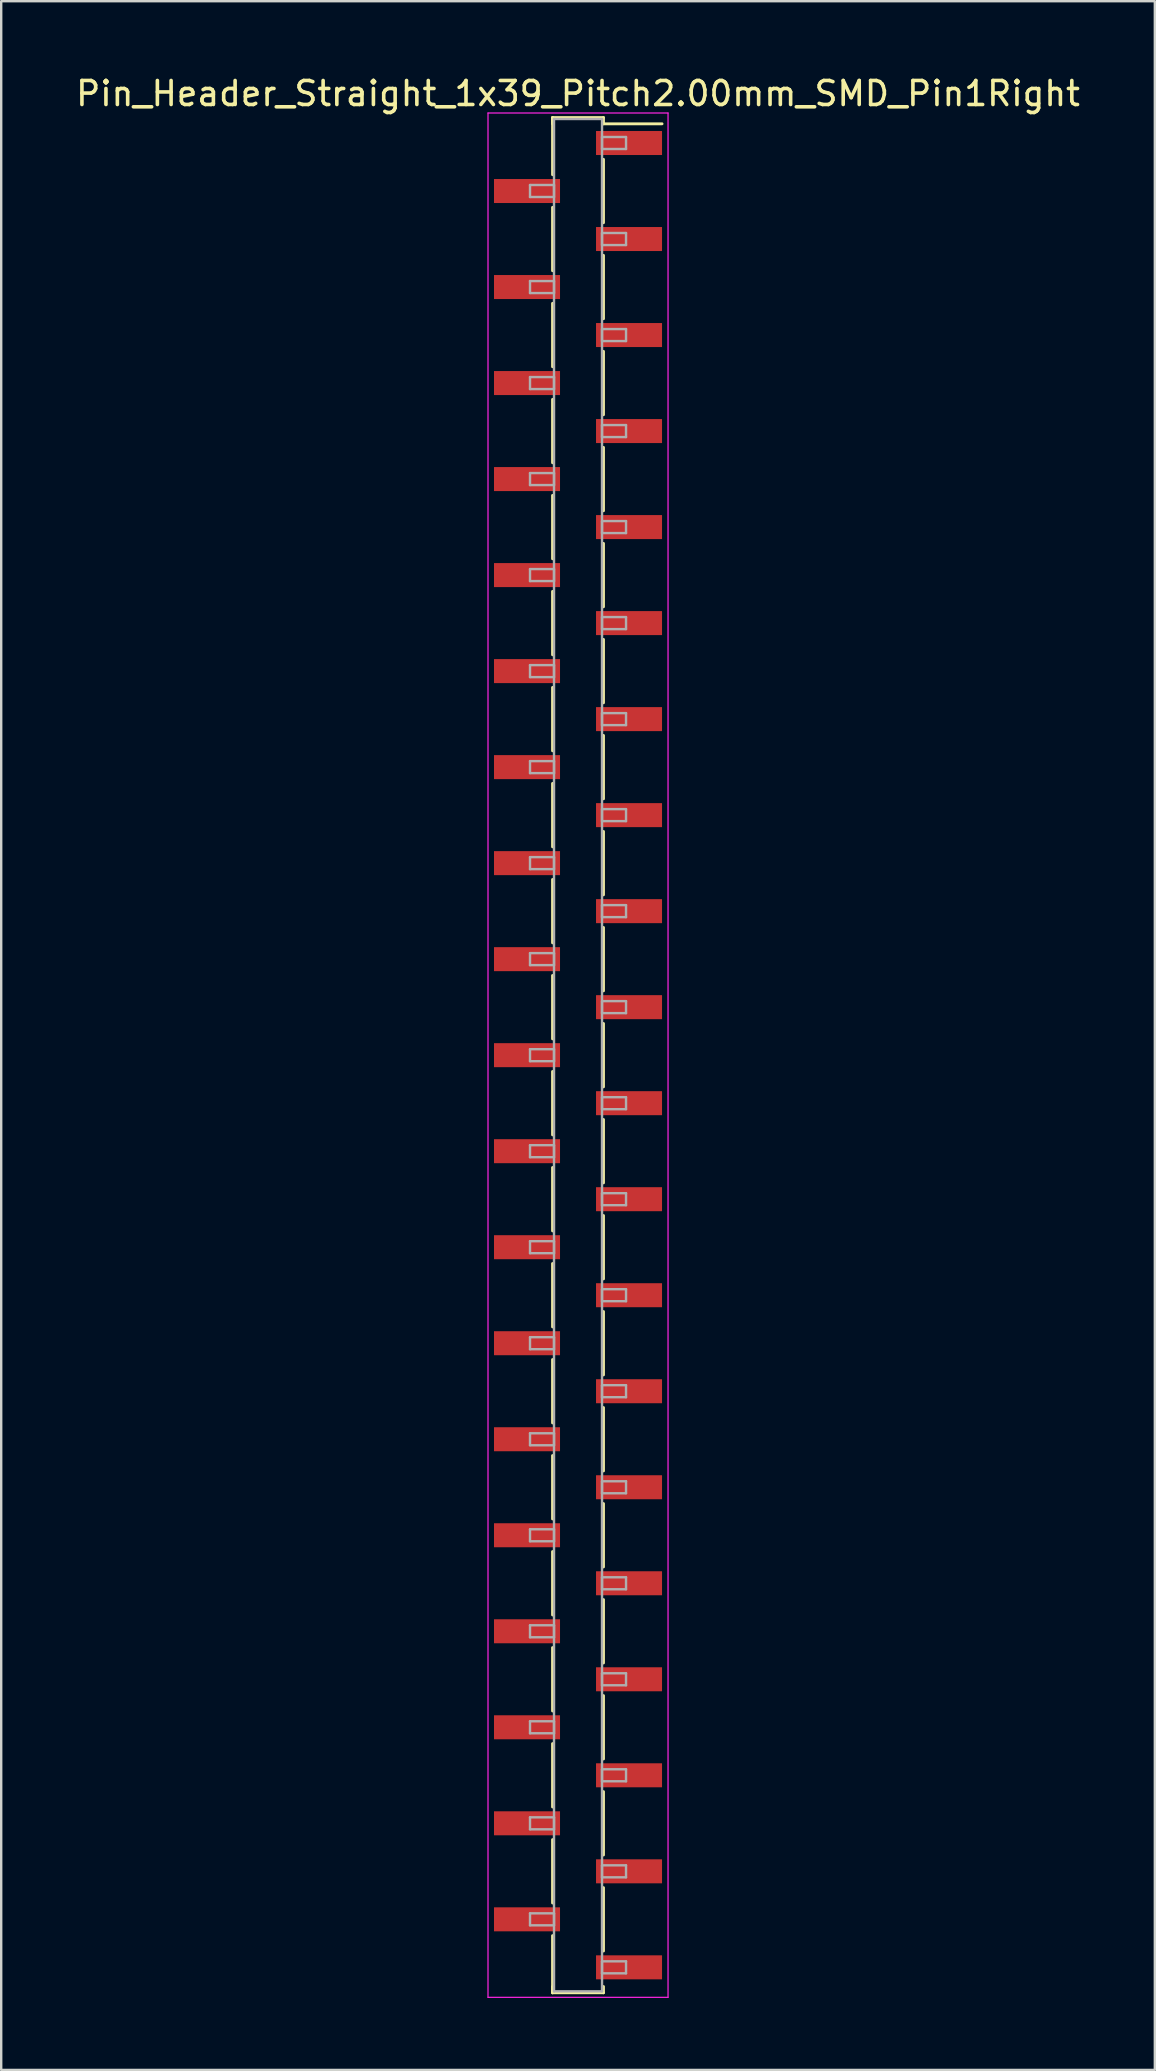
<source format=kicad_pcb>
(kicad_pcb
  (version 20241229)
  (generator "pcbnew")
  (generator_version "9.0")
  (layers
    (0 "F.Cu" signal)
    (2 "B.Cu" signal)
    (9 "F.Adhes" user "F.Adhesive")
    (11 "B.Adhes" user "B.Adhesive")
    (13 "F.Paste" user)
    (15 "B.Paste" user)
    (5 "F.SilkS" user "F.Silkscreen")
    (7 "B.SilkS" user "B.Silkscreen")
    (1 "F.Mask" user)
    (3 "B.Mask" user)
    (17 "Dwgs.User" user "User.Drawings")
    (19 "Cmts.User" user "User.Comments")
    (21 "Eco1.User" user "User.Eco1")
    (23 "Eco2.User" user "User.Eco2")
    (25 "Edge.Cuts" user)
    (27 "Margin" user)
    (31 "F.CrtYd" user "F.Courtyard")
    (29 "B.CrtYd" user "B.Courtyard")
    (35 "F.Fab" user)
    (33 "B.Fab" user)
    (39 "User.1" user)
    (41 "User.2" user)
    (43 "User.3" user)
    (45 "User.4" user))
  (footprint "Pin_Header_Straight_1x39_Pitch2.00mm_SMD_Pin1Right"
    (layer "F.Cu")
    (at 21.03 40.908)
    (property "Reference" "Pin_Header_Straight_1x39_Pitch2.00mm_SMD_Pin1Right" (at 0 -40.06 0) (layer "F.SilkS") (effects (font (size 1 1) (thickness 0.15))))
    (attr smd)
    (fp_line (start -1.06 -39.06) (end -1.06 -36.68) (stroke (width 0.12) (type solid)) (layer "F.SilkS"))
    (fp_line (start -1.06 -39.06) (end 1.06 -39.06) (stroke (width 0.12) (type solid)) (layer "F.SilkS"))
    (fp_line (start -1.06 -38.8) (end -1.06 -39.06) (stroke (width 0.12) (type solid)) (layer "F.SilkS"))
    (fp_line (start -1.06 -35.32) (end -1.06 -32.68) (stroke (width 0.12) (type solid)) (layer "F.SilkS"))
    (fp_line (start -1.06 -31.32) (end -1.06 -28.68) (stroke (width 0.12) (type solid)) (layer "F.SilkS"))
    (fp_line (start -1.06 -27.32) (end -1.06 -24.68) (stroke (width 0.12) (type solid)) (layer "F.SilkS"))
    (fp_line (start -1.06 -23.32) (end -1.06 -20.68) (stroke (width 0.12) (type solid)) (layer "F.SilkS"))
    (fp_line (start -1.06 -19.32) (end -1.06 -16.68) (stroke (width 0.12) (type solid)) (layer "F.SilkS"))
    (fp_line (start -1.06 -15.32) (end -1.06 -12.68) (stroke (width 0.12) (type solid)) (layer "F.SilkS"))
    (fp_line (start -1.06 -11.32) (end -1.06 -8.68) (stroke (width 0.12) (type solid)) (layer "F.SilkS"))
    (fp_line (start -1.06 -7.32) (end -1.06 -4.68) (stroke (width 0.12) (type solid)) (layer "F.SilkS"))
    (fp_line (start -1.06 -3.32) (end -1.06 -0.68) (stroke (width 0.12) (type solid)) (layer "F.SilkS"))
    (fp_line (start -1.06 0.68) (end -1.06 3.32) (stroke (width 0.12) (type solid)) (layer "F.SilkS"))
    (fp_line (start -1.06 4.68) (end -1.06 7.32) (stroke (width 0.12) (type solid)) (layer "F.SilkS"))
    (fp_line (start -1.06 8.68) (end -1.06 11.32) (stroke (width 0.12) (type solid)) (layer "F.SilkS"))
    (fp_line (start -1.06 12.68) (end -1.06 15.32) (stroke (width 0.12) (type solid)) (layer "F.SilkS"))
    (fp_line (start -1.06 16.68) (end -1.06 19.32) (stroke (width 0.12) (type solid)) (layer "F.SilkS"))
    (fp_line (start -1.06 20.68) (end -1.06 23.32) (stroke (width 0.12) (type solid)) (layer "F.SilkS"))
    (fp_line (start -1.06 24.68) (end -1.06 27.32) (stroke (width 0.12) (type solid)) (layer "F.SilkS"))
    (fp_line (start -1.06 28.68) (end -1.06 31.32) (stroke (width 0.12) (type solid)) (layer "F.SilkS"))
    (fp_line (start -1.06 32.68) (end -1.06 35.32) (stroke (width 0.12) (type solid)) (layer "F.SilkS"))
    (fp_line (start -1.06 36.68) (end -1.06 39.06) (stroke (width 0.12) (type solid)) (layer "F.SilkS"))
    (fp_line (start -1.06 38.8) (end -1.06 39.06) (stroke (width 0.12) (type solid)) (layer "F.SilkS"))
    (fp_line (start -1.06 39.06) (end 1.06 39.06) (stroke (width 0.12) (type solid)) (layer "F.SilkS"))
    (fp_line (start 1.06 -39.06) (end 1.06 -38.8) (stroke (width 0.12) (type solid)) (layer "F.SilkS"))
    (fp_line (start 1.06 -38.8) (end 3.5 -38.8) (stroke (width 0.12) (type solid)) (layer "F.SilkS"))
    (fp_line (start 1.06 -37.32) (end 1.06 -34.68) (stroke (width 0.12) (type solid)) (layer "F.SilkS"))
    (fp_line (start 1.06 -33.32) (end 1.06 -30.68) (stroke (width 0.12) (type solid)) (layer "F.SilkS"))
    (fp_line (start 1.06 -29.32) (end 1.06 -26.68) (stroke (width 0.12) (type solid)) (layer "F.SilkS"))
    (fp_line (start 1.06 -25.32) (end 1.06 -22.68) (stroke (width 0.12) (type solid)) (layer "F.SilkS"))
    (fp_line (start 1.06 -21.32) (end 1.06 -18.68) (stroke (width 0.12) (type solid)) (layer "F.SilkS"))
    (fp_line (start 1.06 -17.32) (end 1.06 -14.68) (stroke (width 0.12) (type solid)) (layer "F.SilkS"))
    (fp_line (start 1.06 -13.32) (end 1.06 -10.68) (stroke (width 0.12) (type solid)) (layer "F.SilkS"))
    (fp_line (start 1.06 -9.32) (end 1.06 -6.68) (stroke (width 0.12) (type solid)) (layer "F.SilkS"))
    (fp_line (start 1.06 -5.32) (end 1.06 -2.68) (stroke (width 0.12) (type solid)) (layer "F.SilkS"))
    (fp_line (start 1.06 -1.32) (end 1.06 1.32) (stroke (width 0.12) (type solid)) (layer "F.SilkS"))
    (fp_line (start 1.06 2.68) (end 1.06 5.32) (stroke (width 0.12) (type solid)) (layer "F.SilkS"))
    (fp_line (start 1.06 6.68) (end 1.06 9.32) (stroke (width 0.12) (type solid)) (layer "F.SilkS"))
    (fp_line (start 1.06 10.68) (end 1.06 13.32) (stroke (width 0.12) (type solid)) (layer "F.SilkS"))
    (fp_line (start 1.06 14.68) (end 1.06 17.32) (stroke (width 0.12) (type solid)) (layer "F.SilkS"))
    (fp_line (start 1.06 18.68) (end 1.06 21.32) (stroke (width 0.12) (type solid)) (layer "F.SilkS"))
    (fp_line (start 1.06 22.68) (end 1.06 25.32) (stroke (width 0.12) (type solid)) (layer "F.SilkS"))
    (fp_line (start 1.06 26.68) (end 1.06 29.32) (stroke (width 0.12) (type solid)) (layer "F.SilkS"))
    (fp_line (start 1.06 30.68) (end 1.06 33.32) (stroke (width 0.12) (type solid)) (layer "F.SilkS"))
    (fp_line (start 1.06 34.68) (end 1.06 37.32) (stroke (width 0.12) (type solid)) (layer "F.SilkS"))
    (fp_line (start 1.06 39.06) (end 1.06 38.8) (stroke (width 0.12) (type solid)) (layer "F.SilkS"))
    (fp_line (start -3.75 -39.25) (end -3.75 39.25) (stroke (width 0.05) (type solid)) (layer "F.CrtYd"))
    (fp_line (start -3.75 39.25) (end 3.75 39.25) (stroke (width 0.05) (type solid)) (layer "F.CrtYd"))
    (fp_line (start 3.75 -39.25) (end -3.75 -39.25) (stroke (width 0.05) (type solid)) (layer "F.CrtYd"))
    (fp_line (start 3.75 39.25) (end 3.75 -39.25) (stroke (width 0.05) (type solid)) (layer "F.CrtYd"))
    (fp_line (start -2 -36.25) (end -1 -36.25) (stroke (width 0.1) (type solid)) (layer "F.Fab"))
    (fp_line (start -2 -35.75) (end -2 -36.25) (stroke (width 0.1) (type solid)) (layer "F.Fab"))
    (fp_line (start -2 -32.25) (end -1 -32.25) (stroke (width 0.1) (type solid)) (layer "F.Fab"))
    (fp_line (start -2 -31.75) (end -2 -32.25) (stroke (width 0.1) (type solid)) (layer "F.Fab"))
    (fp_line (start -2 -28.25) (end -1 -28.25) (stroke (width 0.1) (type solid)) (layer "F.Fab"))
    (fp_line (start -2 -27.75) (end -2 -28.25) (stroke (width 0.1) (type solid)) (layer "F.Fab"))
    (fp_line (start -2 -24.25) (end -1 -24.25) (stroke (width 0.1) (type solid)) (layer "F.Fab"))
    (fp_line (start -2 -23.75) (end -2 -24.25) (stroke (width 0.1) (type solid)) (layer "F.Fab"))
    (fp_line (start -2 -20.25) (end -1 -20.25) (stroke (width 0.1) (type solid)) (layer "F.Fab"))
    (fp_line (start -2 -19.75) (end -2 -20.25) (stroke (width 0.1) (type solid)) (layer "F.Fab"))
    (fp_line (start -2 -16.25) (end -1 -16.25) (stroke (width 0.1) (type solid)) (layer "F.Fab"))
    (fp_line (start -2 -15.75) (end -2 -16.25) (stroke (width 0.1) (type solid)) (layer "F.Fab"))
    (fp_line (start -2 -12.25) (end -1 -12.25) (stroke (width 0.1) (type solid)) (layer "F.Fab"))
    (fp_line (start -2 -11.75) (end -2 -12.25) (stroke (width 0.1) (type solid)) (layer "F.Fab"))
    (fp_line (start -2 -8.25) (end -1 -8.25) (stroke (width 0.1) (type solid)) (layer "F.Fab"))
    (fp_line (start -2 -7.75) (end -2 -8.25) (stroke (width 0.1) (type solid)) (layer "F.Fab"))
    (fp_line (start -2 -4.25) (end -1 -4.25) (stroke (width 0.1) (type solid)) (layer "F.Fab"))
    (fp_line (start -2 -3.75) (end -2 -4.25) (stroke (width 0.1) (type solid)) (layer "F.Fab"))
    (fp_line (start -2 -0.25) (end -1 -0.25) (stroke (width 0.1) (type solid)) (layer "F.Fab"))
    (fp_line (start -2 0.25) (end -2 -0.25) (stroke (width 0.1) (type solid)) (layer "F.Fab"))
    (fp_line (start -2 3.75) (end -1 3.75) (stroke (width 0.1) (type solid)) (layer "F.Fab"))
    (fp_line (start -2 4.25) (end -2 3.75) (stroke (width 0.1) (type solid)) (layer "F.Fab"))
    (fp_line (start -2 7.75) (end -1 7.75) (stroke (width 0.1) (type solid)) (layer "F.Fab"))
    (fp_line (start -2 8.25) (end -2 7.75) (stroke (width 0.1) (type solid)) (layer "F.Fab"))
    (fp_line (start -2 11.75) (end -1 11.75) (stroke (width 0.1) (type solid)) (layer "F.Fab"))
    (fp_line (start -2 12.25) (end -2 11.75) (stroke (width 0.1) (type solid)) (layer "F.Fab"))
    (fp_line (start -2 15.75) (end -1 15.75) (stroke (width 0.1) (type solid)) (layer "F.Fab"))
    (fp_line (start -2 16.25) (end -2 15.75) (stroke (width 0.1) (type solid)) (layer "F.Fab"))
    (fp_line (start -2 19.75) (end -1 19.75) (stroke (width 0.1) (type solid)) (layer "F.Fab"))
    (fp_line (start -2 20.25) (end -2 19.75) (stroke (width 0.1) (type solid)) (layer "F.Fab"))
    (fp_line (start -2 23.75) (end -1 23.75) (stroke (width 0.1) (type solid)) (layer "F.Fab"))
    (fp_line (start -2 24.25) (end -2 23.75) (stroke (width 0.1) (type solid)) (layer "F.Fab"))
    (fp_line (start -2 27.75) (end -1 27.75) (stroke (width 0.1) (type solid)) (layer "F.Fab"))
    (fp_line (start -2 28.25) (end -2 27.75) (stroke (width 0.1) (type solid)) (layer "F.Fab"))
    (fp_line (start -2 31.75) (end -1 31.75) (stroke (width 0.1) (type solid)) (layer "F.Fab"))
    (fp_line (start -2 32.25) (end -2 31.75) (stroke (width 0.1) (type solid)) (layer "F.Fab"))
    (fp_line (start -2 35.75) (end -1 35.75) (stroke (width 0.1) (type solid)) (layer "F.Fab"))
    (fp_line (start -2 36.25) (end -2 35.75) (stroke (width 0.1) (type solid)) (layer "F.Fab"))
    (fp_line (start -1 -39) (end -1 39) (stroke (width 0.1) (type solid)) (layer "F.Fab"))
    (fp_line (start -1 -36.25) (end -1 -35.75) (stroke (width 0.1) (type solid)) (layer "F.Fab"))
    (fp_line (start -1 -35.75) (end -2 -35.75) (stroke (width 0.1) (type solid)) (layer "F.Fab"))
    (fp_line (start -1 -32.25) (end -1 -31.75) (stroke (width 0.1) (type solid)) (layer "F.Fab"))
    (fp_line (start -1 -31.75) (end -2 -31.75) (stroke (width 0.1) (type solid)) (layer "F.Fab"))
    (fp_line (start -1 -28.25) (end -1 -27.75) (stroke (width 0.1) (type solid)) (layer "F.Fab"))
    (fp_line (start -1 -27.75) (end -2 -27.75) (stroke (width 0.1) (type solid)) (layer "F.Fab"))
    (fp_line (start -1 -24.25) (end -1 -23.75) (stroke (width 0.1) (type solid)) (layer "F.Fab"))
    (fp_line (start -1 -23.75) (end -2 -23.75) (stroke (width 0.1) (type solid)) (layer "F.Fab"))
    (fp_line (start -1 -20.25) (end -1 -19.75) (stroke (width 0.1) (type solid)) (layer "F.Fab"))
    (fp_line (start -1 -19.75) (end -2 -19.75) (stroke (width 0.1) (type solid)) (layer "F.Fab"))
    (fp_line (start -1 -16.25) (end -1 -15.75) (stroke (width 0.1) (type solid)) (layer "F.Fab"))
    (fp_line (start -1 -15.75) (end -2 -15.75) (stroke (width 0.1) (type solid)) (layer "F.Fab"))
    (fp_line (start -1 -12.25) (end -1 -11.75) (stroke (width 0.1) (type solid)) (layer "F.Fab"))
    (fp_line (start -1 -11.75) (end -2 -11.75) (stroke (width 0.1) (type solid)) (layer "F.Fab"))
    (fp_line (start -1 -8.25) (end -1 -7.75) (stroke (width 0.1) (type solid)) (layer "F.Fab"))
    (fp_line (start -1 -7.75) (end -2 -7.75) (stroke (width 0.1) (type solid)) (layer "F.Fab"))
    (fp_line (start -1 -4.25) (end -1 -3.75) (stroke (width 0.1) (type solid)) (layer "F.Fab"))
    (fp_line (start -1 -3.75) (end -2 -3.75) (stroke (width 0.1) (type solid)) (layer "F.Fab"))
    (fp_line (start -1 -0.25) (end -1 0.25) (stroke (width 0.1) (type solid)) (layer "F.Fab"))
    (fp_line (start -1 0.25) (end -2 0.25) (stroke (width 0.1) (type solid)) (layer "F.Fab"))
    (fp_line (start -1 3.75) (end -1 4.25) (stroke (width 0.1) (type solid)) (layer "F.Fab"))
    (fp_line (start -1 4.25) (end -2 4.25) (stroke (width 0.1) (type solid)) (layer "F.Fab"))
    (fp_line (start -1 7.75) (end -1 8.25) (stroke (width 0.1) (type solid)) (layer "F.Fab"))
    (fp_line (start -1 8.25) (end -2 8.25) (stroke (width 0.1) (type solid)) (layer "F.Fab"))
    (fp_line (start -1 11.75) (end -1 12.25) (stroke (width 0.1) (type solid)) (layer "F.Fab"))
    (fp_line (start -1 12.25) (end -2 12.25) (stroke (width 0.1) (type solid)) (layer "F.Fab"))
    (fp_line (start -1 15.75) (end -1 16.25) (stroke (width 0.1) (type solid)) (layer "F.Fab"))
    (fp_line (start -1 16.25) (end -2 16.25) (stroke (width 0.1) (type solid)) (layer "F.Fab"))
    (fp_line (start -1 19.75) (end -1 20.25) (stroke (width 0.1) (type solid)) (layer "F.Fab"))
    (fp_line (start -1 20.25) (end -2 20.25) (stroke (width 0.1) (type solid)) (layer "F.Fab"))
    (fp_line (start -1 23.75) (end -1 24.25) (stroke (width 0.1) (type solid)) (layer "F.Fab"))
    (fp_line (start -1 24.25) (end -2 24.25) (stroke (width 0.1) (type solid)) (layer "F.Fab"))
    (fp_line (start -1 27.75) (end -1 28.25) (stroke (width 0.1) (type solid)) (layer "F.Fab"))
    (fp_line (start -1 28.25) (end -2 28.25) (stroke (width 0.1) (type solid)) (layer "F.Fab"))
    (fp_line (start -1 31.75) (end -1 32.25) (stroke (width 0.1) (type solid)) (layer "F.Fab"))
    (fp_line (start -1 32.25) (end -2 32.25) (stroke (width 0.1) (type solid)) (layer "F.Fab"))
    (fp_line (start -1 35.75) (end -1 36.25) (stroke (width 0.1) (type solid)) (layer "F.Fab"))
    (fp_line (start -1 36.25) (end -2 36.25) (stroke (width 0.1) (type solid)) (layer "F.Fab"))
    (fp_line (start -1 39) (end 1 39) (stroke (width 0.1) (type solid)) (layer "F.Fab"))
    (fp_line (start 1 -39) (end -1 -39) (stroke (width 0.1) (type solid)) (layer "F.Fab"))
    (fp_line (start 1 -38.25) (end 1 -37.75) (stroke (width 0.1) (type solid)) (layer "F.Fab"))
    (fp_line (start 1 -37.75) (end 2 -37.75) (stroke (width 0.1) (type solid)) (layer "F.Fab"))
    (fp_line (start 1 -34.25) (end 1 -33.75) (stroke (width 0.1) (type solid)) (layer "F.Fab"))
    (fp_line (start 1 -33.75) (end 2 -33.75) (stroke (width 0.1) (type solid)) (layer "F.Fab"))
    (fp_line (start 1 -30.25) (end 1 -29.75) (stroke (width 0.1) (type solid)) (layer "F.Fab"))
    (fp_line (start 1 -29.75) (end 2 -29.75) (stroke (width 0.1) (type solid)) (layer "F.Fab"))
    (fp_line (start 1 -26.25) (end 1 -25.75) (stroke (width 0.1) (type solid)) (layer "F.Fab"))
    (fp_line (start 1 -25.75) (end 2 -25.75) (stroke (width 0.1) (type solid)) (layer "F.Fab"))
    (fp_line (start 1 -22.25) (end 1 -21.75) (stroke (width 0.1) (type solid)) (layer "F.Fab"))
    (fp_line (start 1 -21.75) (end 2 -21.75) (stroke (width 0.1) (type solid)) (layer "F.Fab"))
    (fp_line (start 1 -18.25) (end 1 -17.75) (stroke (width 0.1) (type solid)) (layer "F.Fab"))
    (fp_line (start 1 -17.75) (end 2 -17.75) (stroke (width 0.1) (type solid)) (layer "F.Fab"))
    (fp_line (start 1 -14.25) (end 1 -13.75) (stroke (width 0.1) (type solid)) (layer "F.Fab"))
    (fp_line (start 1 -13.75) (end 2 -13.75) (stroke (width 0.1) (type solid)) (layer "F.Fab"))
    (fp_line (start 1 -10.25) (end 1 -9.75) (stroke (width 0.1) (type solid)) (layer "F.Fab"))
    (fp_line (start 1 -9.75) (end 2 -9.75) (stroke (width 0.1) (type solid)) (layer "F.Fab"))
    (fp_line (start 1 -6.25) (end 1 -5.75) (stroke (width 0.1) (type solid)) (layer "F.Fab"))
    (fp_line (start 1 -5.75) (end 2 -5.75) (stroke (width 0.1) (type solid)) (layer "F.Fab"))
    (fp_line (start 1 -2.25) (end 1 -1.75) (stroke (width 0.1) (type solid)) (layer "F.Fab"))
    (fp_line (start 1 -1.75) (end 2 -1.75) (stroke (width 0.1) (type solid)) (layer "F.Fab"))
    (fp_line (start 1 1.75) (end 1 2.25) (stroke (width 0.1) (type solid)) (layer "F.Fab"))
    (fp_line (start 1 2.25) (end 2 2.25) (stroke (width 0.1) (type solid)) (layer "F.Fab"))
    (fp_line (start 1 5.75) (end 1 6.25) (stroke (width 0.1) (type solid)) (layer "F.Fab"))
    (fp_line (start 1 6.25) (end 2 6.25) (stroke (width 0.1) (type solid)) (layer "F.Fab"))
    (fp_line (start 1 9.75) (end 1 10.25) (stroke (width 0.1) (type solid)) (layer "F.Fab"))
    (fp_line (start 1 10.25) (end 2 10.25) (stroke (width 0.1) (type solid)) (layer "F.Fab"))
    (fp_line (start 1 13.75) (end 1 14.25) (stroke (width 0.1) (type solid)) (layer "F.Fab"))
    (fp_line (start 1 14.25) (end 2 14.25) (stroke (width 0.1) (type solid)) (layer "F.Fab"))
    (fp_line (start 1 17.75) (end 1 18.25) (stroke (width 0.1) (type solid)) (layer "F.Fab"))
    (fp_line (start 1 18.25) (end 2 18.25) (stroke (width 0.1) (type solid)) (layer "F.Fab"))
    (fp_line (start 1 21.75) (end 1 22.25) (stroke (width 0.1) (type solid)) (layer "F.Fab"))
    (fp_line (start 1 22.25) (end 2 22.25) (stroke (width 0.1) (type solid)) (layer "F.Fab"))
    (fp_line (start 1 25.75) (end 1 26.25) (stroke (width 0.1) (type solid)) (layer "F.Fab"))
    (fp_line (start 1 26.25) (end 2 26.25) (stroke (width 0.1) (type solid)) (layer "F.Fab"))
    (fp_line (start 1 29.75) (end 1 30.25) (stroke (width 0.1) (type solid)) (layer "F.Fab"))
    (fp_line (start 1 30.25) (end 2 30.25) (stroke (width 0.1) (type solid)) (layer "F.Fab"))
    (fp_line (start 1 33.75) (end 1 34.25) (stroke (width 0.1) (type solid)) (layer "F.Fab"))
    (fp_line (start 1 34.25) (end 2 34.25) (stroke (width 0.1) (type solid)) (layer "F.Fab"))
    (fp_line (start 1 37.75) (end 1 38.25) (stroke (width 0.1) (type solid)) (layer "F.Fab"))
    (fp_line (start 1 38.25) (end 2 38.25) (stroke (width 0.1) (type solid)) (layer "F.Fab"))
    (fp_line (start 1 39) (end 1 -39) (stroke (width 0.1) (type solid)) (layer "F.Fab"))
    (fp_line (start 2 -38.25) (end 1 -38.25) (stroke (width 0.1) (type solid)) (layer "F.Fab"))
    (fp_line (start 2 -37.75) (end 2 -38.25) (stroke (width 0.1) (type solid)) (layer "F.Fab"))
    (fp_line (start 2 -34.25) (end 1 -34.25) (stroke (width 0.1) (type solid)) (layer "F.Fab"))
    (fp_line (start 2 -33.75) (end 2 -34.25) (stroke (width 0.1) (type solid)) (layer "F.Fab"))
    (fp_line (start 2 -30.25) (end 1 -30.25) (stroke (width 0.1) (type solid)) (layer "F.Fab"))
    (fp_line (start 2 -29.75) (end 2 -30.25) (stroke (width 0.1) (type solid)) (layer "F.Fab"))
    (fp_line (start 2 -26.25) (end 1 -26.25) (stroke (width 0.1) (type solid)) (layer "F.Fab"))
    (fp_line (start 2 -25.75) (end 2 -26.25) (stroke (width 0.1) (type solid)) (layer "F.Fab"))
    (fp_line (start 2 -22.25) (end 1 -22.25) (stroke (width 0.1) (type solid)) (layer "F.Fab"))
    (fp_line (start 2 -21.75) (end 2 -22.25) (stroke (width 0.1) (type solid)) (layer "F.Fab"))
    (fp_line (start 2 -18.25) (end 1 -18.25) (stroke (width 0.1) (type solid)) (layer "F.Fab"))
    (fp_line (start 2 -17.75) (end 2 -18.25) (stroke (width 0.1) (type solid)) (layer "F.Fab"))
    (fp_line (start 2 -14.25) (end 1 -14.25) (stroke (width 0.1) (type solid)) (layer "F.Fab"))
    (fp_line (start 2 -13.75) (end 2 -14.25) (stroke (width 0.1) (type solid)) (layer "F.Fab"))
    (fp_line (start 2 -10.25) (end 1 -10.25) (stroke (width 0.1) (type solid)) (layer "F.Fab"))
    (fp_line (start 2 -9.75) (end 2 -10.25) (stroke (width 0.1) (type solid)) (layer "F.Fab"))
    (fp_line (start 2 -6.25) (end 1 -6.25) (stroke (width 0.1) (type solid)) (layer "F.Fab"))
    (fp_line (start 2 -5.75) (end 2 -6.25) (stroke (width 0.1) (type solid)) (layer "F.Fab"))
    (fp_line (start 2 -2.25) (end 1 -2.25) (stroke (width 0.1) (type solid)) (layer "F.Fab"))
    (fp_line (start 2 -1.75) (end 2 -2.25) (stroke (width 0.1) (type solid)) (layer "F.Fab"))
    (fp_line (start 2 1.75) (end 1 1.75) (stroke (width 0.1) (type solid)) (layer "F.Fab"))
    (fp_line (start 2 2.25) (end 2 1.75) (stroke (width 0.1) (type solid)) (layer "F.Fab"))
    (fp_line (start 2 5.75) (end 1 5.75) (stroke (width 0.1) (type solid)) (layer "F.Fab"))
    (fp_line (start 2 6.25) (end 2 5.75) (stroke (width 0.1) (type solid)) (layer "F.Fab"))
    (fp_line (start 2 9.75) (end 1 9.75) (stroke (width 0.1) (type solid)) (layer "F.Fab"))
    (fp_line (start 2 10.25) (end 2 9.75) (stroke (width 0.1) (type solid)) (layer "F.Fab"))
    (fp_line (start 2 13.75) (end 1 13.75) (stroke (width 0.1) (type solid)) (layer "F.Fab"))
    (fp_line (start 2 14.25) (end 2 13.75) (stroke (width 0.1) (type solid)) (layer "F.Fab"))
    (fp_line (start 2 17.75) (end 1 17.75) (stroke (width 0.1) (type solid)) (layer "F.Fab"))
    (fp_line (start 2 18.25) (end 2 17.75) (stroke (width 0.1) (type solid)) (layer "F.Fab"))
    (fp_line (start 2 21.75) (end 1 21.75) (stroke (width 0.1) (type solid)) (layer "F.Fab"))
    (fp_line (start 2 22.25) (end 2 21.75) (stroke (width 0.1) (type solid)) (layer "F.Fab"))
    (fp_line (start 2 25.75) (end 1 25.75) (stroke (width 0.1) (type solid)) (layer "F.Fab"))
    (fp_line (start 2 26.25) (end 2 25.75) (stroke (width 0.1) (type solid)) (layer "F.Fab"))
    (fp_line (start 2 29.75) (end 1 29.75) (stroke (width 0.1) (type solid)) (layer "F.Fab"))
    (fp_line (start 2 30.25) (end 2 29.75) (stroke (width 0.1) (type solid)) (layer "F.Fab"))
    (fp_line (start 2 33.75) (end 1 33.75) (stroke (width 0.1) (type solid)) (layer "F.Fab"))
    (fp_line (start 2 34.25) (end 2 33.75) (stroke (width 0.1) (type solid)) (layer "F.Fab"))
    (fp_line (start 2 37.75) (end 1 37.75) (stroke (width 0.1) (type solid)) (layer "F.Fab"))
    (fp_line (start 2 38.25) (end 2 37.75) (stroke (width 0.1) (type solid)) (layer "F.Fab"))
    (pad "1" smd rect (at 2.125 -38) (size 2.75 1) (layers "F.Cu" "F.Mask"))
    (pad "2" smd rect (at -2.125 -36) (size 2.75 1) (layers "F.Cu" "F.Mask"))
    (pad "3" smd rect (at 2.125 -34) (size 2.75 1) (layers "F.Cu" "F.Mask"))
    (pad "4" smd rect (at -2.125 -32) (size 2.75 1) (layers "F.Cu" "F.Mask"))
    (pad "5" smd rect (at 2.125 -30) (size 2.75 1) (layers "F.Cu" "F.Mask"))
    (pad "6" smd rect (at -2.125 -28) (size 2.75 1) (layers "F.Cu" "F.Mask"))
    (pad "7" smd rect (at 2.125 -26) (size 2.75 1) (layers "F.Cu" "F.Mask"))
    (pad "8" smd rect (at -2.125 -24) (size 2.75 1) (layers "F.Cu" "F.Mask"))
    (pad "9" smd rect (at 2.125 -22) (size 2.75 1) (layers "F.Cu" "F.Mask"))
    (pad "10" smd rect (at -2.125 -20) (size 2.75 1) (layers "F.Cu" "F.Mask"))
    (pad "11" smd rect (at 2.125 -18) (size 2.75 1) (layers "F.Cu" "F.Mask"))
    (pad "12" smd rect (at -2.125 -16) (size 2.75 1) (layers "F.Cu" "F.Mask"))
    (pad "13" smd rect (at 2.125 -14) (size 2.75 1) (layers "F.Cu" "F.Mask"))
    (pad "14" smd rect (at -2.125 -12) (size 2.75 1) (layers "F.Cu" "F.Mask"))
    (pad "15" smd rect (at 2.125 -10) (size 2.75 1) (layers "F.Cu" "F.Mask"))
    (pad "16" smd rect (at -2.125 -8) (size 2.75 1) (layers "F.Cu" "F.Mask"))
    (pad "17" smd rect (at 2.125 -6) (size 2.75 1) (layers "F.Cu" "F.Mask"))
    (pad "18" smd rect (at -2.125 -4) (size 2.75 1) (layers "F.Cu" "F.Mask"))
    (pad "19" smd rect (at 2.125 -2) (size 2.75 1) (layers "F.Cu" "F.Mask"))
    (pad "20" smd rect (at -2.125 0) (size 2.75 1) (layers "F.Cu" "F.Mask"))
    (pad "21" smd rect (at 2.125 2) (size 2.75 1) (layers "F.Cu" "F.Mask"))
    (pad "22" smd rect (at -2.125 4) (size 2.75 1) (layers "F.Cu" "F.Mask"))
    (pad "23" smd rect (at 2.125 6) (size 2.75 1) (layers "F.Cu" "F.Mask"))
    (pad "24" smd rect (at -2.125 8) (size 2.75 1) (layers "F.Cu" "F.Mask"))
    (pad "25" smd rect (at 2.125 10) (size 2.75 1) (layers "F.Cu" "F.Mask"))
    (pad "26" smd rect (at -2.125 12) (size 2.75 1) (layers "F.Cu" "F.Mask"))
    (pad "27" smd rect (at 2.125 14) (size 2.75 1) (layers "F.Cu" "F.Mask"))
    (pad "28" smd rect (at -2.125 16) (size 2.75 1) (layers "F.Cu" "F.Mask"))
    (pad "29" smd rect (at 2.125 18) (size 2.75 1) (layers "F.Cu" "F.Mask"))
    (pad "30" smd rect (at -2.125 20) (size 2.75 1) (layers "F.Cu" "F.Mask"))
    (pad "31" smd rect (at 2.125 22) (size 2.75 1) (layers "F.Cu" "F.Mask"))
    (pad "32" smd rect (at -2.125 24) (size 2.75 1) (layers "F.Cu" "F.Mask"))
    (pad "33" smd rect (at 2.125 26) (size 2.75 1) (layers "F.Cu" "F.Mask"))
    (pad "34" smd rect (at -2.125 28) (size 2.75 1) (layers "F.Cu" "F.Mask"))
    (pad "35" smd rect (at 2.125 30) (size 2.75 1) (layers "F.Cu" "F.Mask"))
    (pad "36" smd rect (at -2.125 32) (size 2.75 1) (layers "F.Cu" "F.Mask"))
    (pad "37" smd rect (at 2.125 34) (size 2.75 1) (layers "F.Cu" "F.Mask"))
    (pad "38" smd rect (at -2.125 36) (size 2.75 1) (layers "F.Cu" "F.Mask"))
    (pad "39" smd rect (at 2.125 38) (size 2.75 1) (layers "F.Cu" "F.Mask")))
  (gr_rect
    (start -3 -3)
    (end 45.06 83.183)
    (stroke (width 0.1) (type default))
    (fill no)
    (layer "Edge.Cuts")))
</source>
